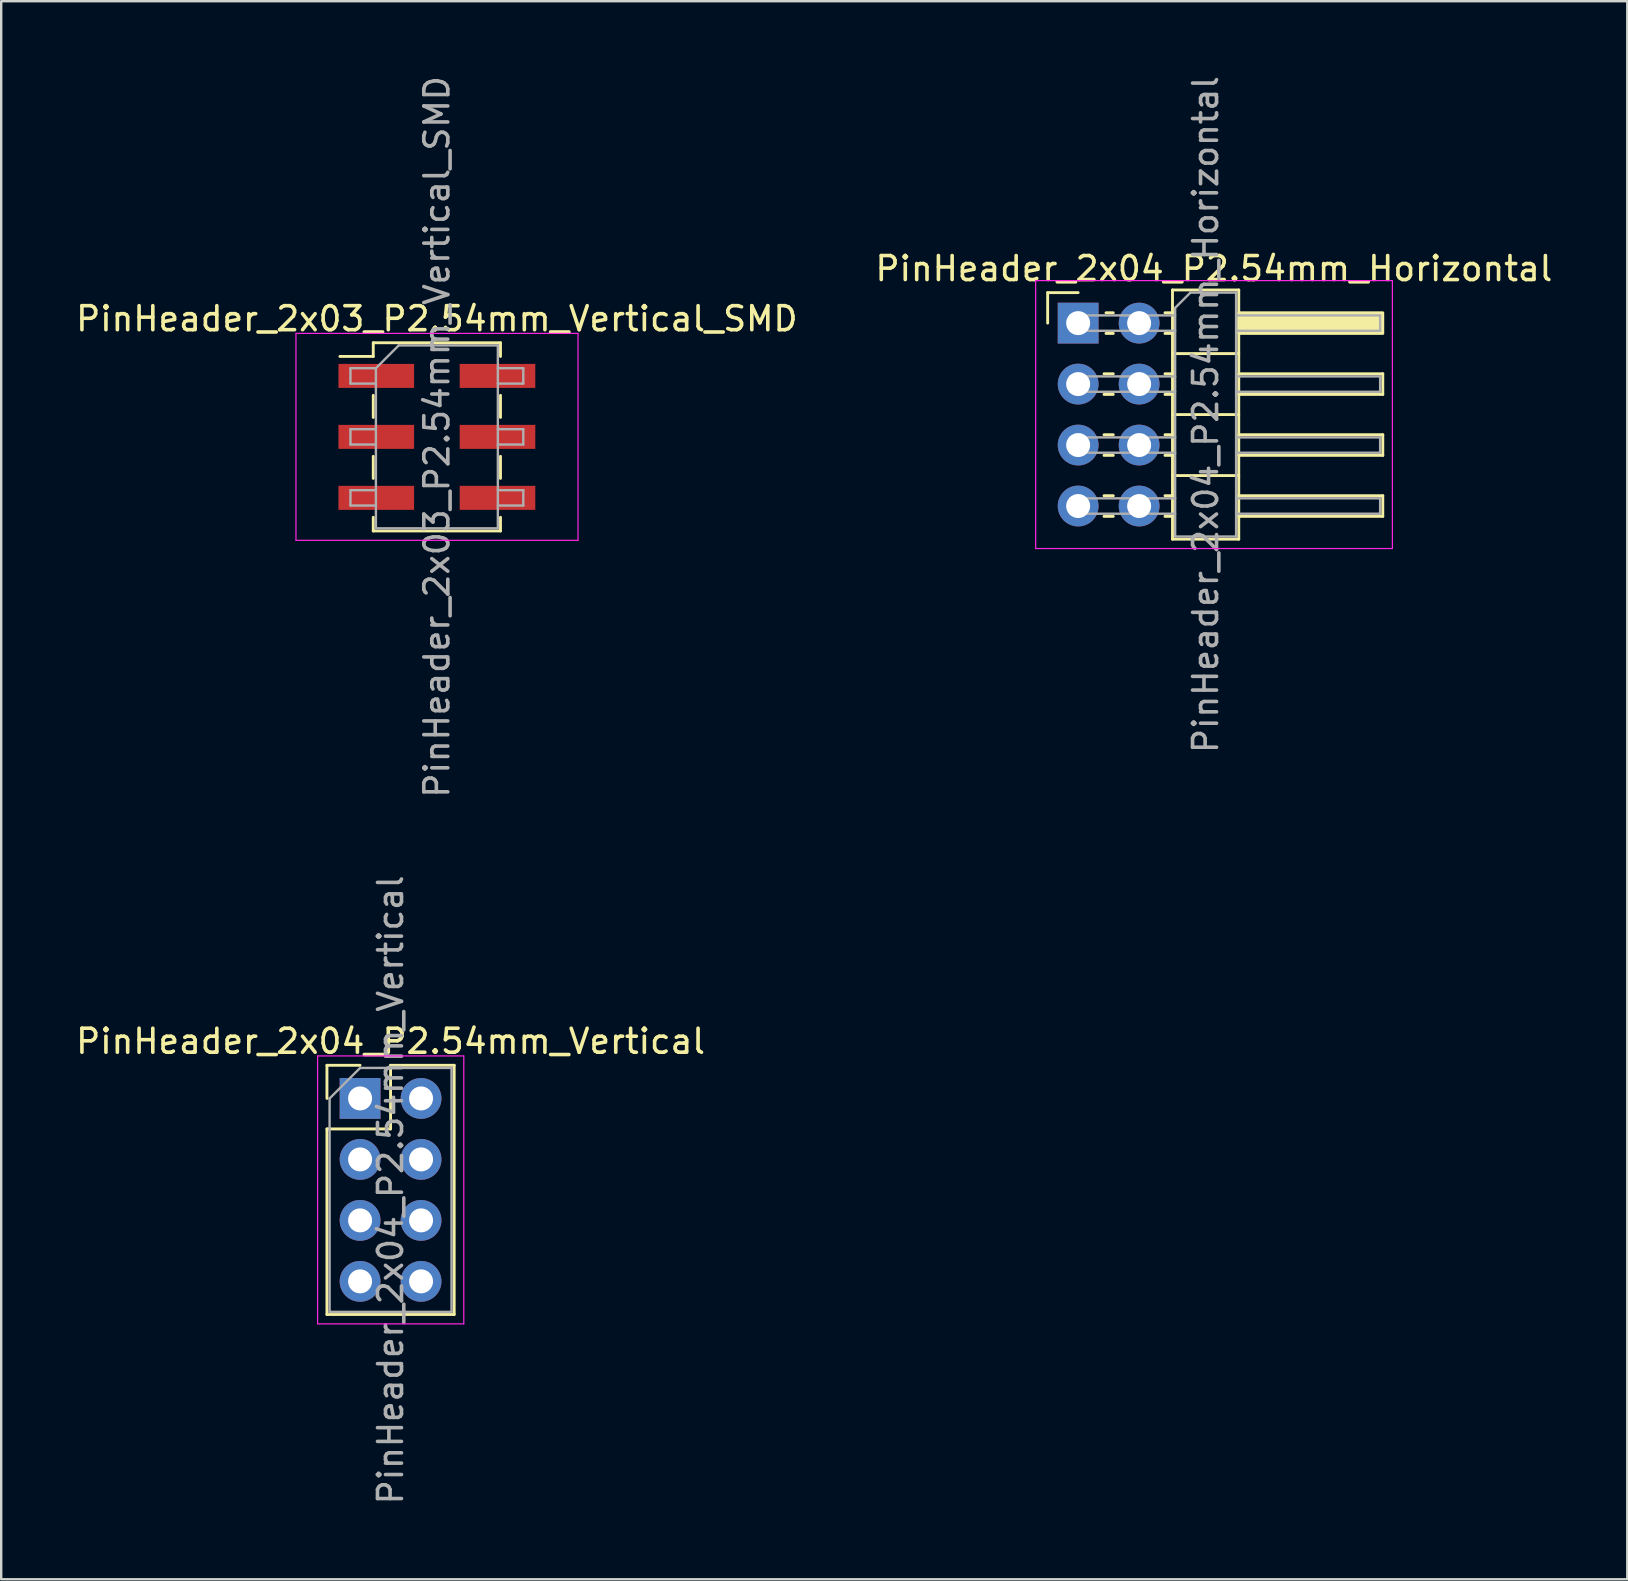
<source format=kicad_pcb>
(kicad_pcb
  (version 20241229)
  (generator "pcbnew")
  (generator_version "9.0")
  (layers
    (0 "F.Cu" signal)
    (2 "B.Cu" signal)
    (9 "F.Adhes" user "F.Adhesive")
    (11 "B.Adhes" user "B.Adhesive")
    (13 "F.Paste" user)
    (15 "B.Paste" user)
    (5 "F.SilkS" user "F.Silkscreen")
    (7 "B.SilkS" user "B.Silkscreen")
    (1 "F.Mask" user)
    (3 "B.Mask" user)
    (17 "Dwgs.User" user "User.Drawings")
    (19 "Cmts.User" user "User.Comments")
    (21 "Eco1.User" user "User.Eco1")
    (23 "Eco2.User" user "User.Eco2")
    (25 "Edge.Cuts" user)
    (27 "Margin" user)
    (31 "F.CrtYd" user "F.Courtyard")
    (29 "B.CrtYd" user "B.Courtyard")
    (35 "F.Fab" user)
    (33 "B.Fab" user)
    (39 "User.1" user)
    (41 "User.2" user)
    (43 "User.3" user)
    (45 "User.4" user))
  (footprint "PinHeader_2x04_P2.54mm_Vertical"
    (layer "F.Cu")
    (at 11.95 42.708)
    (property "Reference" "PinHeader_2x04_P2.54mm_Vertical" (at 1.27 -2.38 0) (layer "F.SilkS") (effects (font (size 1 1) (thickness 0.15))))
    (attr through_hole)
    (fp_line (start -1.38 -1.38) (end 0 -1.38) (stroke (width 0.12) (type solid)) (layer "F.SilkS"))
    (fp_line (start -1.38 0) (end -1.38 -1.38) (stroke (width 0.12) (type solid)) (layer "F.SilkS"))
    (fp_line (start -1.38 1.27) (end -1.38 9) (stroke (width 0.12) (type solid)) (layer "F.SilkS"))
    (fp_line (start -1.38 1.27) (end 1.27 1.27) (stroke (width 0.12) (type solid)) (layer "F.SilkS"))
    (fp_line (start -1.38 9) (end 3.92 9) (stroke (width 0.12) (type solid)) (layer "F.SilkS"))
    (fp_line (start 1.27 -1.38) (end 3.92 -1.38) (stroke (width 0.12) (type solid)) (layer "F.SilkS"))
    (fp_line (start 1.27 1.27) (end 1.27 -1.38) (stroke (width 0.12) (type solid)) (layer "F.SilkS"))
    (fp_line (start 3.92 -1.38) (end 3.92 9) (stroke (width 0.12) (type solid)) (layer "F.SilkS"))
    (fp_line (start -1.77 -1.77) (end -1.77 9.39) (stroke (width 0.05) (type solid)) (layer "F.CrtYd"))
    (fp_line (start -1.77 9.39) (end 4.32 9.39) (stroke (width 0.05) (type solid)) (layer "F.CrtYd"))
    (fp_line (start 4.32 -1.77) (end -1.77 -1.77) (stroke (width 0.05) (type solid)) (layer "F.CrtYd"))
    (fp_line (start 4.32 9.39) (end 4.32 -1.77) (stroke (width 0.05) (type solid)) (layer "F.CrtYd"))
    (fp_line (start -1.27 0) (end 0 -1.27) (stroke (width 0.1) (type solid)) (layer "F.Fab"))
    (fp_line (start -1.27 8.89) (end -1.27 0) (stroke (width 0.1) (type solid)) (layer "F.Fab"))
    (fp_line (start 0 -1.27) (end 3.81 -1.27) (stroke (width 0.1) (type solid)) (layer "F.Fab"))
    (fp_line (start 3.81 -1.27) (end 3.81 8.89) (stroke (width 0.1) (type solid)) (layer "F.Fab"))
    (fp_line (start 3.81 8.89) (end -1.27 8.89) (stroke (width 0.1) (type solid)) (layer "F.Fab"))
    (fp_text user "${REFERENCE}" (at 1.27 3.81 90) (layer "F.Fab") (effects (font (size 1 1) (thickness 0.15))))
    (pad "1" thru_hole rect (at 0 0) (size 1.7 1.7) (drill 1) (layers "*.Cu" "*.Mask"))
    (pad "2" thru_hole circle (at 2.54 0) (size 1.7 1.7) (drill 1) (layers "*.Cu" "*.Mask"))
    (pad "3" thru_hole circle (at 0 2.54) (size 1.7 1.7) (drill 1) (layers "*.Cu" "*.Mask"))
    (pad "4" thru_hole circle (at 2.54 2.54) (size 1.7 1.7) (drill 1) (layers "*.Cu" "*.Mask"))
    (pad "5" thru_hole circle (at 0 5.08) (size 1.7 1.7) (drill 1) (layers "*.Cu" "*.Mask"))
    (pad "6" thru_hole circle (at 2.54 5.08) (size 1.7 1.7) (drill 1) (layers "*.Cu" "*.Mask"))
    (pad "7" thru_hole circle (at 0 7.62) (size 1.7 1.7) (drill 1) (layers "*.Cu" "*.Mask"))
    (pad "8" thru_hole circle (at 2.54 7.62) (size 1.7 1.7) (drill 1) (layers "*.Cu" "*.Mask")))
  (footprint "PinHeader_2x03_P2.54mm_Vertical_SMD"
    (layer "F.Cu")
    (at 15.149 15.149)
    (property "Reference" "PinHeader_2x03_P2.54mm_Vertical_SMD" (at 0 -4.92 0) (layer "F.SilkS") (effects (font (size 1 1) (thickness 0.15))))
    (attr smd)
    (fp_line (start -4.04 -3.35) (end -2.65 -3.35) (stroke (width 0.12) (type solid)) (layer "F.SilkS"))
    (fp_line (start -2.65 -3.92) (end -2.65 -3.35) (stroke (width 0.12) (type solid)) (layer "F.SilkS"))
    (fp_line (start -2.65 -3.92) (end 2.65 -3.92) (stroke (width 0.12) (type solid)) (layer "F.SilkS"))
    (fp_line (start -2.65 -1.73) (end -2.65 -0.81) (stroke (width 0.12) (type solid)) (layer "F.SilkS"))
    (fp_line (start -2.65 0.81) (end -2.65 1.73) (stroke (width 0.12) (type solid)) (layer "F.SilkS"))
    (fp_line (start -2.65 3.35) (end -2.65 3.92) (stroke (width 0.12) (type solid)) (layer "F.SilkS"))
    (fp_line (start -2.65 3.92) (end 2.65 3.92) (stroke (width 0.12) (type solid)) (layer "F.SilkS"))
    (fp_line (start 2.65 -3.92) (end 2.65 -3.35) (stroke (width 0.12) (type solid)) (layer "F.SilkS"))
    (fp_line (start 2.65 -1.73) (end 2.65 -0.81) (stroke (width 0.12) (type solid)) (layer "F.SilkS"))
    (fp_line (start 2.65 0.81) (end 2.65 1.73) (stroke (width 0.12) (type solid)) (layer "F.SilkS"))
    (fp_line (start 2.65 3.35) (end 2.65 3.92) (stroke (width 0.12) (type solid)) (layer "F.SilkS"))
    (fp_line (start -5.87 -4.31) (end -5.87 4.31) (stroke (width 0.05) (type solid)) (layer "F.CrtYd"))
    (fp_line (start -5.87 4.31) (end 5.88 4.31) (stroke (width 0.05) (type solid)) (layer "F.CrtYd"))
    (fp_line (start 5.88 -4.31) (end -5.87 -4.31) (stroke (width 0.05) (type solid)) (layer "F.CrtYd"))
    (fp_line (start 5.88 4.31) (end 5.88 -4.31) (stroke (width 0.05) (type solid)) (layer "F.CrtYd"))
    (fp_line (start -3.6 -2.86) (end -3.6 -2.22) (stroke (width 0.1) (type solid)) (layer "F.Fab"))
    (fp_line (start -3.6 -2.22) (end -2.54 -2.22) (stroke (width 0.1) (type solid)) (layer "F.Fab"))
    (fp_line (start -3.6 -0.32) (end -3.6 0.32) (stroke (width 0.1) (type solid)) (layer "F.Fab"))
    (fp_line (start -3.6 0.32) (end -2.54 0.32) (stroke (width 0.1) (type solid)) (layer "F.Fab"))
    (fp_line (start -3.6 2.22) (end -3.6 2.86) (stroke (width 0.1) (type solid)) (layer "F.Fab"))
    (fp_line (start -3.6 2.86) (end -2.54 2.86) (stroke (width 0.1) (type solid)) (layer "F.Fab"))
    (fp_line (start -2.54 -2.86) (end -3.6 -2.86) (stroke (width 0.1) (type solid)) (layer "F.Fab"))
    (fp_line (start -2.54 -2.86) (end -1.59 -3.81) (stroke (width 0.1) (type solid)) (layer "F.Fab"))
    (fp_line (start -2.54 -0.32) (end -3.6 -0.32) (stroke (width 0.1) (type solid)) (layer "F.Fab"))
    (fp_line (start -2.54 2.22) (end -3.6 2.22) (stroke (width 0.1) (type solid)) (layer "F.Fab"))
    (fp_line (start -2.54 3.81) (end -2.54 -2.86) (stroke (width 0.1) (type solid)) (layer "F.Fab"))
    (fp_line (start -1.59 -3.81) (end 2.54 -3.81) (stroke (width 0.1) (type solid)) (layer "F.Fab"))
    (fp_line (start 2.54 -3.81) (end 2.54 3.81) (stroke (width 0.1) (type solid)) (layer "F.Fab"))
    (fp_line (start 2.54 -2.86) (end 3.6 -2.86) (stroke (width 0.1) (type solid)) (layer "F.Fab"))
    (fp_line (start 2.54 -0.32) (end 3.6 -0.32) (stroke (width 0.1) (type solid)) (layer "F.Fab"))
    (fp_line (start 2.54 2.22) (end 3.6 2.22) (stroke (width 0.1) (type solid)) (layer "F.Fab"))
    (fp_line (start 2.54 3.81) (end -2.54 3.81) (stroke (width 0.1) (type solid)) (layer "F.Fab"))
    (fp_line (start 3.6 -2.86) (end 3.6 -2.22) (stroke (width 0.1) (type solid)) (layer "F.Fab"))
    (fp_line (start 3.6 -2.22) (end 2.54 -2.22) (stroke (width 0.1) (type solid)) (layer "F.Fab"))
    (fp_line (start 3.6 -0.32) (end 3.6 0.32) (stroke (width 0.1) (type solid)) (layer "F.Fab"))
    (fp_line (start 3.6 0.32) (end 2.54 0.32) (stroke (width 0.1) (type solid)) (layer "F.Fab"))
    (fp_line (start 3.6 2.22) (end 3.6 2.86) (stroke (width 0.1) (type solid)) (layer "F.Fab"))
    (fp_line (start 3.6 2.86) (end 2.54 2.86) (stroke (width 0.1) (type solid)) (layer "F.Fab"))
    (fp_text user "${REFERENCE}" (at 0 0 90) (layer "F.Fab") (effects (font (size 1 1) (thickness 0.15))))
    (pad "1" smd rect (at -2.525 -2.54) (size 3.15 1) (layers "F.Cu" "F.Mask" "F.Paste"))
    (pad "2" smd rect (at 2.525 -2.54) (size 3.15 1) (layers "F.Cu" "F.Mask" "F.Paste"))
    (pad "3" smd rect (at -2.525 0) (size 3.15 1) (layers "F.Cu" "F.Mask" "F.Paste"))
    (pad "4" smd rect (at 2.525 0) (size 3.15 1) (layers "F.Cu" "F.Mask" "F.Paste"))
    (pad "5" smd rect (at -2.525 2.54) (size 3.15 1) (layers "F.Cu" "F.Mask" "F.Paste"))
    (pad "6" smd rect (at 2.525 2.54) (size 3.15 1) (layers "F.Cu" "F.Mask" "F.Paste")))
  (footprint "PinHeader_2x04_P2.54mm_Horizontal"
    (layer "F.Cu")
    (at 41.863 10.41)
    (property "Reference" "PinHeader_2x04_P2.54mm_Horizontal" (at 5.655 -2.27 0) (layer "F.SilkS") (effects (font (size 1 1) (thickness 0.15))))
    (attr through_hole)
    (fp_line (start -1.27 -1.27) (end 0 -1.27) (stroke (width 0.12) (type solid)) (layer "F.SilkS"))
    (fp_line (start -1.27 0) (end -1.27 -1.27) (stroke (width 0.12) (type solid)) (layer "F.SilkS"))
    (fp_line (start 1.077 2.11) (end 1.463 2.11) (stroke (width 0.12) (type solid)) (layer "F.SilkS"))
    (fp_line (start 1.077 2.97) (end 1.463 2.97) (stroke (width 0.12) (type solid)) (layer "F.SilkS"))
    (fp_line (start 1.077 4.65) (end 1.463 4.65) (stroke (width 0.12) (type solid)) (layer "F.SilkS"))
    (fp_line (start 1.077 5.51) (end 1.463 5.51) (stroke (width 0.12) (type solid)) (layer "F.SilkS"))
    (fp_line (start 1.077 7.19) (end 1.463 7.19) (stroke (width 0.12) (type solid)) (layer "F.SilkS"))
    (fp_line (start 1.077 8.05) (end 1.463 8.05) (stroke (width 0.12) (type solid)) (layer "F.SilkS"))
    (fp_line (start 1.16 -0.43) (end 1.463 -0.43) (stroke (width 0.12) (type solid)) (layer "F.SilkS"))
    (fp_line (start 1.16 0.43) (end 1.463 0.43) (stroke (width 0.12) (type solid)) (layer "F.SilkS"))
    (fp_line (start 3.617 -0.43) (end 3.93 -0.43) (stroke (width 0.12) (type solid)) (layer "F.SilkS"))
    (fp_line (start 3.617 0.43) (end 3.93 0.43) (stroke (width 0.12) (type solid)) (layer "F.SilkS"))
    (fp_line (start 3.617 2.11) (end 3.93 2.11) (stroke (width 0.12) (type solid)) (layer "F.SilkS"))
    (fp_line (start 3.617 2.97) (end 3.93 2.97) (stroke (width 0.12) (type solid)) (layer "F.SilkS"))
    (fp_line (start 3.617 4.65) (end 3.93 4.65) (stroke (width 0.12) (type solid)) (layer "F.SilkS"))
    (fp_line (start 3.617 5.51) (end 3.93 5.51) (stroke (width 0.12) (type solid)) (layer "F.SilkS"))
    (fp_line (start 3.617 7.19) (end 3.93 7.19) (stroke (width 0.12) (type solid)) (layer "F.SilkS"))
    (fp_line (start 3.617 8.05) (end 3.93 8.05) (stroke (width 0.12) (type solid)) (layer "F.SilkS"))
    (fp_line (start 3.93 -1.38) (end 3.93 9) (stroke (width 0.12) (type solid)) (layer "F.SilkS"))
    (fp_line (start 3.93 1.27) (end 6.69 1.27) (stroke (width 0.12) (type solid)) (layer "F.SilkS"))
    (fp_line (start 3.93 3.81) (end 6.69 3.81) (stroke (width 0.12) (type solid)) (layer "F.SilkS"))
    (fp_line (start 3.93 6.35) (end 6.69 6.35) (stroke (width 0.12) (type solid)) (layer "F.SilkS"))
    (fp_line (start 3.93 9) (end 6.69 9) (stroke (width 0.12) (type solid)) (layer "F.SilkS"))
    (fp_line (start 6.69 -1.38) (end 3.93 -1.38) (stroke (width 0.12) (type solid)) (layer "F.SilkS"))
    (fp_line (start 6.69 2.11) (end 12.69 2.11) (stroke (width 0.12) (type solid)) (layer "F.SilkS"))
    (fp_line (start 6.69 4.65) (end 12.69 4.65) (stroke (width 0.12) (type solid)) (layer "F.SilkS"))
    (fp_line (start 6.69 7.19) (end 12.69 7.19) (stroke (width 0.12) (type solid)) (layer "F.SilkS"))
    (fp_line (start 6.69 9) (end 6.69 -1.38) (stroke (width 0.12) (type solid)) (layer "F.SilkS"))
    (fp_line (start 12.69 2.11) (end 12.69 2.97) (stroke (width 0.12) (type solid)) (layer "F.SilkS"))
    (fp_line (start 12.69 2.97) (end 6.69 2.97) (stroke (width 0.12) (type solid)) (layer "F.SilkS"))
    (fp_line (start 12.69 4.65) (end 12.69 5.51) (stroke (width 0.12) (type solid)) (layer "F.SilkS"))
    (fp_line (start 12.69 5.51) (end 6.69 5.51) (stroke (width 0.12) (type solid)) (layer "F.SilkS"))
    (fp_line (start 12.69 7.19) (end 12.69 8.05) (stroke (width 0.12) (type solid)) (layer "F.SilkS"))
    (fp_line (start 12.69 8.05) (end 6.69 8.05) (stroke (width 0.12) (type solid)) (layer "F.SilkS"))
    (fp_rect (start 6.69 -0.43) (end 12.69 0.43) (stroke (width 0.12) (type solid)) (fill yes) (layer "F.SilkS"))
    (fp_line (start -1.77 -1.77) (end -1.77 9.39) (stroke (width 0.05) (type solid)) (layer "F.CrtYd"))
    (fp_line (start -1.77 9.39) (end 13.09 9.39) (stroke (width 0.05) (type solid)) (layer "F.CrtYd"))
    (fp_line (start 13.09 -1.77) (end -1.77 -1.77) (stroke (width 0.05) (type solid)) (layer "F.CrtYd"))
    (fp_line (start 13.09 9.39) (end 13.09 -1.77) (stroke (width 0.05) (type solid)) (layer "F.CrtYd"))
    (fp_line (start -0.32 -0.32) (end -0.32 0.32) (stroke (width 0.1) (type solid)) (layer "F.Fab"))
    (fp_line (start -0.32 -0.32) (end 4.04 -0.32) (stroke (width 0.1) (type solid)) (layer "F.Fab"))
    (fp_line (start -0.32 0.32) (end 4.04 0.32) (stroke (width 0.1) (type solid)) (layer "F.Fab"))
    (fp_line (start -0.32 2.22) (end -0.32 2.86) (stroke (width 0.1) (type solid)) (layer "F.Fab"))
    (fp_line (start -0.32 2.22) (end 4.04 2.22) (stroke (width 0.1) (type solid)) (layer "F.Fab"))
    (fp_line (start -0.32 2.86) (end 4.04 2.86) (stroke (width 0.1) (type solid)) (layer "F.Fab"))
    (fp_line (start -0.32 4.76) (end -0.32 5.4) (stroke (width 0.1) (type solid)) (layer "F.Fab"))
    (fp_line (start -0.32 4.76) (end 4.04 4.76) (stroke (width 0.1) (type solid)) (layer "F.Fab"))
    (fp_line (start -0.32 5.4) (end 4.04 5.4) (stroke (width 0.1) (type solid)) (layer "F.Fab"))
    (fp_line (start -0.32 7.3) (end -0.32 7.94) (stroke (width 0.1) (type solid)) (layer "F.Fab"))
    (fp_line (start -0.32 7.3) (end 4.04 7.3) (stroke (width 0.1) (type solid)) (layer "F.Fab"))
    (fp_line (start -0.32 7.94) (end 4.04 7.94) (stroke (width 0.1) (type solid)) (layer "F.Fab"))
    (fp_line (start 4.04 -0.635) (end 4.675 -1.27) (stroke (width 0.1) (type solid)) (layer "F.Fab"))
    (fp_line (start 4.04 8.89) (end 4.04 -0.635) (stroke (width 0.1) (type solid)) (layer "F.Fab"))
    (fp_line (start 4.675 -1.27) (end 6.58 -1.27) (stroke (width 0.1) (type solid)) (layer "F.Fab"))
    (fp_line (start 6.58 -1.27) (end 6.58 8.89) (stroke (width 0.1) (type solid)) (layer "F.Fab"))
    (fp_line (start 6.58 -0.32) (end 12.58 -0.32) (stroke (width 0.1) (type solid)) (layer "F.Fab"))
    (fp_line (start 6.58 0.32) (end 12.58 0.32) (stroke (width 0.1) (type solid)) (layer "F.Fab"))
    (fp_line (start 6.58 2.22) (end 12.58 2.22) (stroke (width 0.1) (type solid)) (layer "F.Fab"))
    (fp_line (start 6.58 2.86) (end 12.58 2.86) (stroke (width 0.1) (type solid)) (layer "F.Fab"))
    (fp_line (start 6.58 4.76) (end 12.58 4.76) (stroke (width 0.1) (type solid)) (layer "F.Fab"))
    (fp_line (start 6.58 5.4) (end 12.58 5.4) (stroke (width 0.1) (type solid)) (layer "F.Fab"))
    (fp_line (start 6.58 7.3) (end 12.58 7.3) (stroke (width 0.1) (type solid)) (layer "F.Fab"))
    (fp_line (start 6.58 7.94) (end 12.58 7.94) (stroke (width 0.1) (type solid)) (layer "F.Fab"))
    (fp_line (start 6.58 8.89) (end 4.04 8.89) (stroke (width 0.1) (type solid)) (layer "F.Fab"))
    (fp_line (start 12.58 -0.32) (end 12.58 0.32) (stroke (width 0.1) (type solid)) (layer "F.Fab"))
    (fp_line (start 12.58 2.22) (end 12.58 2.86) (stroke (width 0.1) (type solid)) (layer "F.Fab"))
    (fp_line (start 12.58 4.76) (end 12.58 5.4) (stroke (width 0.1) (type solid)) (layer "F.Fab"))
    (fp_line (start 12.58 7.3) (end 12.58 7.94) (stroke (width 0.1) (type solid)) (layer "F.Fab"))
    (fp_text user "${REFERENCE}" (at 5.31 3.81 90) (layer "F.Fab") (effects (font (size 1 1) (thickness 0.15))))
    (pad "1" thru_hole rect (at 0 0) (size 1.7 1.7) (drill 1) (layers "*.Cu" "*.Mask"))
    (pad "2" thru_hole circle (at 2.54 0) (size 1.7 1.7) (drill 1) (layers "*.Cu" "*.Mask"))
    (pad "3" thru_hole circle (at 0 2.54) (size 1.7 1.7) (drill 1) (layers "*.Cu" "*.Mask"))
    (pad "4" thru_hole circle (at 2.54 2.54) (size 1.7 1.7) (drill 1) (layers "*.Cu" "*.Mask"))
    (pad "5" thru_hole circle (at 0 5.08) (size 1.7 1.7) (drill 1) (layers "*.Cu" "*.Mask"))
    (pad "6" thru_hole circle (at 2.54 5.08) (size 1.7 1.7) (drill 1) (layers "*.Cu" "*.Mask"))
    (pad "7" thru_hole circle (at 0 7.62) (size 1.7 1.7) (drill 1) (layers "*.Cu" "*.Mask"))
    (pad "8" thru_hole circle (at 2.54 7.62) (size 1.7 1.7) (drill 1) (layers "*.Cu" "*.Mask")))
  (gr_rect
    (start -3 -3)
    (end 64.738 62.738)
    (stroke (width 0.1) (type default))
    (fill no)
    (layer "Edge.Cuts")))
</source>
